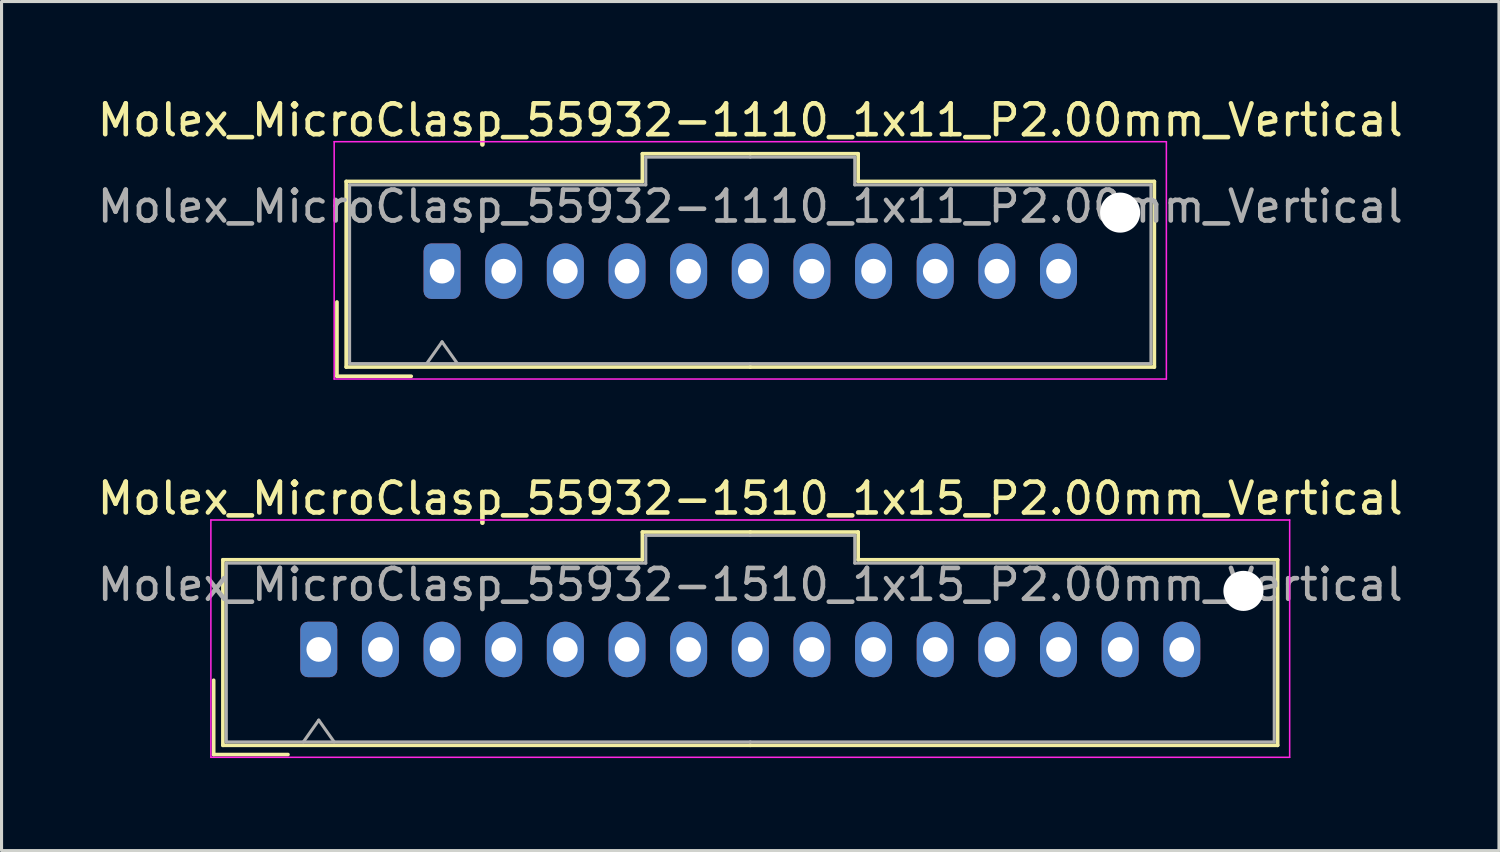
<source format=kicad_pcb>
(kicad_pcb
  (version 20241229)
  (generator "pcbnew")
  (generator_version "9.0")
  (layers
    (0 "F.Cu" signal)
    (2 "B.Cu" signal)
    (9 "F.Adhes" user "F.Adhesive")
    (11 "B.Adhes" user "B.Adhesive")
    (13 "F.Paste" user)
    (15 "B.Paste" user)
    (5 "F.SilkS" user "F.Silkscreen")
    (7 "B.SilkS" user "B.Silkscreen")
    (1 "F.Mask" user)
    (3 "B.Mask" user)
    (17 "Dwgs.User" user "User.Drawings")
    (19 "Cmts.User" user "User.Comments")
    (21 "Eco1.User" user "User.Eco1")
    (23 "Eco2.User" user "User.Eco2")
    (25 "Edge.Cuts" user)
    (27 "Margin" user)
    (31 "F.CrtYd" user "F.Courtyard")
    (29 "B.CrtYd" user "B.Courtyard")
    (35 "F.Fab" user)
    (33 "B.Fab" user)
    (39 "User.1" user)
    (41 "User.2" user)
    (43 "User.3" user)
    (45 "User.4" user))
  (footprint "Molex_MicroClasp_55932-1110_1x11_P2.00mm_Vertical"
    (layer "F.Cu")
    (at 11.292 5.748)
    (property "Reference" "Molex_MicroClasp_55932-1110_1x11_P2.00mm_Vertical" (at 10 -4.9 0) (layer "F.SilkS") (effects (font (size 1 1) (thickness 0.15))))
    (attr through_hole)
    (fp_line (start -3.41 1) (end -3.41 3.41) (stroke (width 0.12) (type solid)) (layer "F.SilkS"))
    (fp_line (start -3.41 3.41) (end -1 3.41) (stroke (width 0.12) (type solid)) (layer "F.SilkS"))
    (fp_line (start -3.11 -2.91) (end -3.11 3.11) (stroke (width 0.12) (type solid)) (layer "F.SilkS"))
    (fp_line (start -3.11 3.11) (end 10 3.11) (stroke (width 0.12) (type solid)) (layer "F.SilkS"))
    (fp_line (start 6.5 -3.81) (end 6.5 -2.91) (stroke (width 0.12) (type solid)) (layer "F.SilkS"))
    (fp_line (start 6.5 -2.91) (end -3.11 -2.91) (stroke (width 0.12) (type solid)) (layer "F.SilkS"))
    (fp_line (start 10 -3.81) (end 6.5 -3.81) (stroke (width 0.12) (type solid)) (layer "F.SilkS"))
    (fp_line (start 10 -3.81) (end 13.5 -3.81) (stroke (width 0.12) (type solid)) (layer "F.SilkS"))
    (fp_line (start 13.5 -3.81) (end 13.5 -2.91) (stroke (width 0.12) (type solid)) (layer "F.SilkS"))
    (fp_line (start 13.5 -2.91) (end 23.11 -2.91) (stroke (width 0.12) (type solid)) (layer "F.SilkS"))
    (fp_line (start 23.11 -2.91) (end 23.11 3.11) (stroke (width 0.12) (type solid)) (layer "F.SilkS"))
    (fp_line (start 23.11 3.11) (end 10 3.11) (stroke (width 0.12) (type solid)) (layer "F.SilkS"))
    (fp_line (start -3.5 -4.2) (end -3.5 3.5) (stroke (width 0.05) (type solid)) (layer "F.CrtYd"))
    (fp_line (start -3.5 3.5) (end 23.5 3.5) (stroke (width 0.05) (type solid)) (layer "F.CrtYd"))
    (fp_line (start 23.5 -4.2) (end -3.5 -4.2) (stroke (width 0.05) (type solid)) (layer "F.CrtYd"))
    (fp_line (start 23.5 3.5) (end 23.5 -4.2) (stroke (width 0.05) (type solid)) (layer "F.CrtYd"))
    (fp_line (start -3 -2.8) (end -3 3) (stroke (width 0.1) (type solid)) (layer "F.Fab"))
    (fp_line (start -3 3) (end 10 3) (stroke (width 0.1) (type solid)) (layer "F.Fab"))
    (fp_line (start -0.5 3) (end 0 2.293) (stroke (width 0.1) (type solid)) (layer "F.Fab"))
    (fp_line (start 0 2.293) (end 0.5 3) (stroke (width 0.1) (type solid)) (layer "F.Fab"))
    (fp_line (start 6.61 -3.7) (end 6.61 -2.8) (stroke (width 0.1) (type solid)) (layer "F.Fab"))
    (fp_line (start 6.61 -2.8) (end -3 -2.8) (stroke (width 0.1) (type solid)) (layer "F.Fab"))
    (fp_line (start 10 -3.7) (end 6.61 -3.7) (stroke (width 0.1) (type solid)) (layer "F.Fab"))
    (fp_line (start 10 -3.7) (end 13.39 -3.7) (stroke (width 0.1) (type solid)) (layer "F.Fab"))
    (fp_line (start 13.39 -3.7) (end 13.39 -2.8) (stroke (width 0.1) (type solid)) (layer "F.Fab"))
    (fp_line (start 13.39 -2.8) (end 23 -2.8) (stroke (width 0.1) (type solid)) (layer "F.Fab"))
    (fp_line (start 23 -2.8) (end 23 3) (stroke (width 0.1) (type solid)) (layer "F.Fab"))
    (fp_line (start 23 3) (end 10 3) (stroke (width 0.1) (type solid)) (layer "F.Fab"))
    (fp_text user "${REFERENCE}" (at 10 -2.1 0) (layer "F.Fab") (effects (font (size 1 1) (thickness 0.15))))
    (pad "" np_thru_hole circle (at 22 -1.9) (size 1.3 1.3) (drill 1.3) (layers "*.Cu" "*.Mask"))
    (pad "1" thru_hole roundrect (at 0 0) (size 1.2 1.8) (drill 0.8) (layers "*.Cu" "*.Mask") (roundrect_rratio 0.208))
    (pad "2" thru_hole oval (at 2 0) (size 1.2 1.8) (drill 0.8) (layers "*.Cu" "*.Mask"))
    (pad "3" thru_hole oval (at 4 0) (size 1.2 1.8) (drill 0.8) (layers "*.Cu" "*.Mask"))
    (pad "4" thru_hole oval (at 6 0) (size 1.2 1.8) (drill 0.8) (layers "*.Cu" "*.Mask"))
    (pad "5" thru_hole oval (at 8 0) (size 1.2 1.8) (drill 0.8) (layers "*.Cu" "*.Mask"))
    (pad "6" thru_hole oval (at 10 0) (size 1.2 1.8) (drill 0.8) (layers "*.Cu" "*.Mask"))
    (pad "7" thru_hole oval (at 12 0) (size 1.2 1.8) (drill 0.8) (layers "*.Cu" "*.Mask"))
    (pad "8" thru_hole oval (at 14 0) (size 1.2 1.8) (drill 0.8) (layers "*.Cu" "*.Mask"))
    (pad "9" thru_hole oval (at 16 0) (size 1.2 1.8) (drill 0.8) (layers "*.Cu" "*.Mask"))
    (pad "10" thru_hole oval (at 18 0) (size 1.2 1.8) (drill 0.8) (layers "*.Cu" "*.Mask"))
    (pad "11" thru_hole oval (at 20 0) (size 1.2 1.8) (drill 0.8) (layers "*.Cu" "*.Mask")))
  (footprint "Molex_MicroClasp_55932-1510_1x15_P2.00mm_Vertical"
    (layer "F.Cu")
    (at 7.292 18.021)
    (property "Reference" "Molex_MicroClasp_55932-1510_1x15_P2.00mm_Vertical" (at 14 -4.9 0) (layer "F.SilkS") (effects (font (size 1 1) (thickness 0.15))))
    (attr through_hole)
    (fp_line (start -3.41 1) (end -3.41 3.41) (stroke (width 0.12) (type solid)) (layer "F.SilkS"))
    (fp_line (start -3.41 3.41) (end -1 3.41) (stroke (width 0.12) (type solid)) (layer "F.SilkS"))
    (fp_line (start -3.11 -2.91) (end -3.11 3.11) (stroke (width 0.12) (type solid)) (layer "F.SilkS"))
    (fp_line (start -3.11 3.11) (end 14 3.11) (stroke (width 0.12) (type solid)) (layer "F.SilkS"))
    (fp_line (start 10.5 -3.81) (end 10.5 -2.91) (stroke (width 0.12) (type solid)) (layer "F.SilkS"))
    (fp_line (start 10.5 -2.91) (end -3.11 -2.91) (stroke (width 0.12) (type solid)) (layer "F.SilkS"))
    (fp_line (start 14 -3.81) (end 10.5 -3.81) (stroke (width 0.12) (type solid)) (layer "F.SilkS"))
    (fp_line (start 14 -3.81) (end 17.5 -3.81) (stroke (width 0.12) (type solid)) (layer "F.SilkS"))
    (fp_line (start 17.5 -3.81) (end 17.5 -2.91) (stroke (width 0.12) (type solid)) (layer "F.SilkS"))
    (fp_line (start 17.5 -2.91) (end 31.11 -2.91) (stroke (width 0.12) (type solid)) (layer "F.SilkS"))
    (fp_line (start 31.11 -2.91) (end 31.11 3.11) (stroke (width 0.12) (type solid)) (layer "F.SilkS"))
    (fp_line (start 31.11 3.11) (end 14 3.11) (stroke (width 0.12) (type solid)) (layer "F.SilkS"))
    (fp_line (start -3.5 -4.2) (end -3.5 3.5) (stroke (width 0.05) (type solid)) (layer "F.CrtYd"))
    (fp_line (start -3.5 3.5) (end 31.5 3.5) (stroke (width 0.05) (type solid)) (layer "F.CrtYd"))
    (fp_line (start 31.5 -4.2) (end -3.5 -4.2) (stroke (width 0.05) (type solid)) (layer "F.CrtYd"))
    (fp_line (start 31.5 3.5) (end 31.5 -4.2) (stroke (width 0.05) (type solid)) (layer "F.CrtYd"))
    (fp_line (start -3 -2.8) (end -3 3) (stroke (width 0.1) (type solid)) (layer "F.Fab"))
    (fp_line (start -3 3) (end 14 3) (stroke (width 0.1) (type solid)) (layer "F.Fab"))
    (fp_line (start -0.5 3) (end 0 2.293) (stroke (width 0.1) (type solid)) (layer "F.Fab"))
    (fp_line (start 0 2.293) (end 0.5 3) (stroke (width 0.1) (type solid)) (layer "F.Fab"))
    (fp_line (start 10.61 -3.7) (end 10.61 -2.8) (stroke (width 0.1) (type solid)) (layer "F.Fab"))
    (fp_line (start 10.61 -2.8) (end -3 -2.8) (stroke (width 0.1) (type solid)) (layer "F.Fab"))
    (fp_line (start 14 -3.7) (end 10.61 -3.7) (stroke (width 0.1) (type solid)) (layer "F.Fab"))
    (fp_line (start 14 -3.7) (end 17.39 -3.7) (stroke (width 0.1) (type solid)) (layer "F.Fab"))
    (fp_line (start 17.39 -3.7) (end 17.39 -2.8) (stroke (width 0.1) (type solid)) (layer "F.Fab"))
    (fp_line (start 17.39 -2.8) (end 31 -2.8) (stroke (width 0.1) (type solid)) (layer "F.Fab"))
    (fp_line (start 31 -2.8) (end 31 3) (stroke (width 0.1) (type solid)) (layer "F.Fab"))
    (fp_line (start 31 3) (end 14 3) (stroke (width 0.1) (type solid)) (layer "F.Fab"))
    (fp_text user "${REFERENCE}" (at 14 -2.1 0) (layer "F.Fab") (effects (font (size 1 1) (thickness 0.15))))
    (pad "" np_thru_hole circle (at 30 -1.9) (size 1.3 1.3) (drill 1.3) (layers "*.Cu" "*.Mask"))
    (pad "1" thru_hole roundrect (at 0 0) (size 1.2 1.8) (drill 0.8) (layers "*.Cu" "*.Mask") (roundrect_rratio 0.208))
    (pad "2" thru_hole oval (at 2 0) (size 1.2 1.8) (drill 0.8) (layers "*.Cu" "*.Mask"))
    (pad "3" thru_hole oval (at 4 0) (size 1.2 1.8) (drill 0.8) (layers "*.Cu" "*.Mask"))
    (pad "4" thru_hole oval (at 6 0) (size 1.2 1.8) (drill 0.8) (layers "*.Cu" "*.Mask"))
    (pad "5" thru_hole oval (at 8 0) (size 1.2 1.8) (drill 0.8) (layers "*.Cu" "*.Mask"))
    (pad "6" thru_hole oval (at 10 0) (size 1.2 1.8) (drill 0.8) (layers "*.Cu" "*.Mask"))
    (pad "7" thru_hole oval (at 12 0) (size 1.2 1.8) (drill 0.8) (layers "*.Cu" "*.Mask"))
    (pad "8" thru_hole oval (at 14 0) (size 1.2 1.8) (drill 0.8) (layers "*.Cu" "*.Mask"))
    (pad "9" thru_hole oval (at 16 0) (size 1.2 1.8) (drill 0.8) (layers "*.Cu" "*.Mask"))
    (pad "10" thru_hole oval (at 18 0) (size 1.2 1.8) (drill 0.8) (layers "*.Cu" "*.Mask"))
    (pad "11" thru_hole oval (at 20 0) (size 1.2 1.8) (drill 0.8) (layers "*.Cu" "*.Mask"))
    (pad "12" thru_hole oval (at 22 0) (size 1.2 1.8) (drill 0.8) (layers "*.Cu" "*.Mask"))
    (pad "13" thru_hole oval (at 24 0) (size 1.2 1.8) (drill 0.8) (layers "*.Cu" "*.Mask"))
    (pad "14" thru_hole oval (at 26 0) (size 1.2 1.8) (drill 0.8) (layers "*.Cu" "*.Mask"))
    (pad "15" thru_hole oval (at 28 0) (size 1.2 1.8) (drill 0.8) (layers "*.Cu" "*.Mask")))
  (gr_rect
    (start -3 -3)
    (end 45.583 24.547)
    (stroke (width 0.1) (type default))
    (fill no)
    (layer "Edge.Cuts")))
</source>
